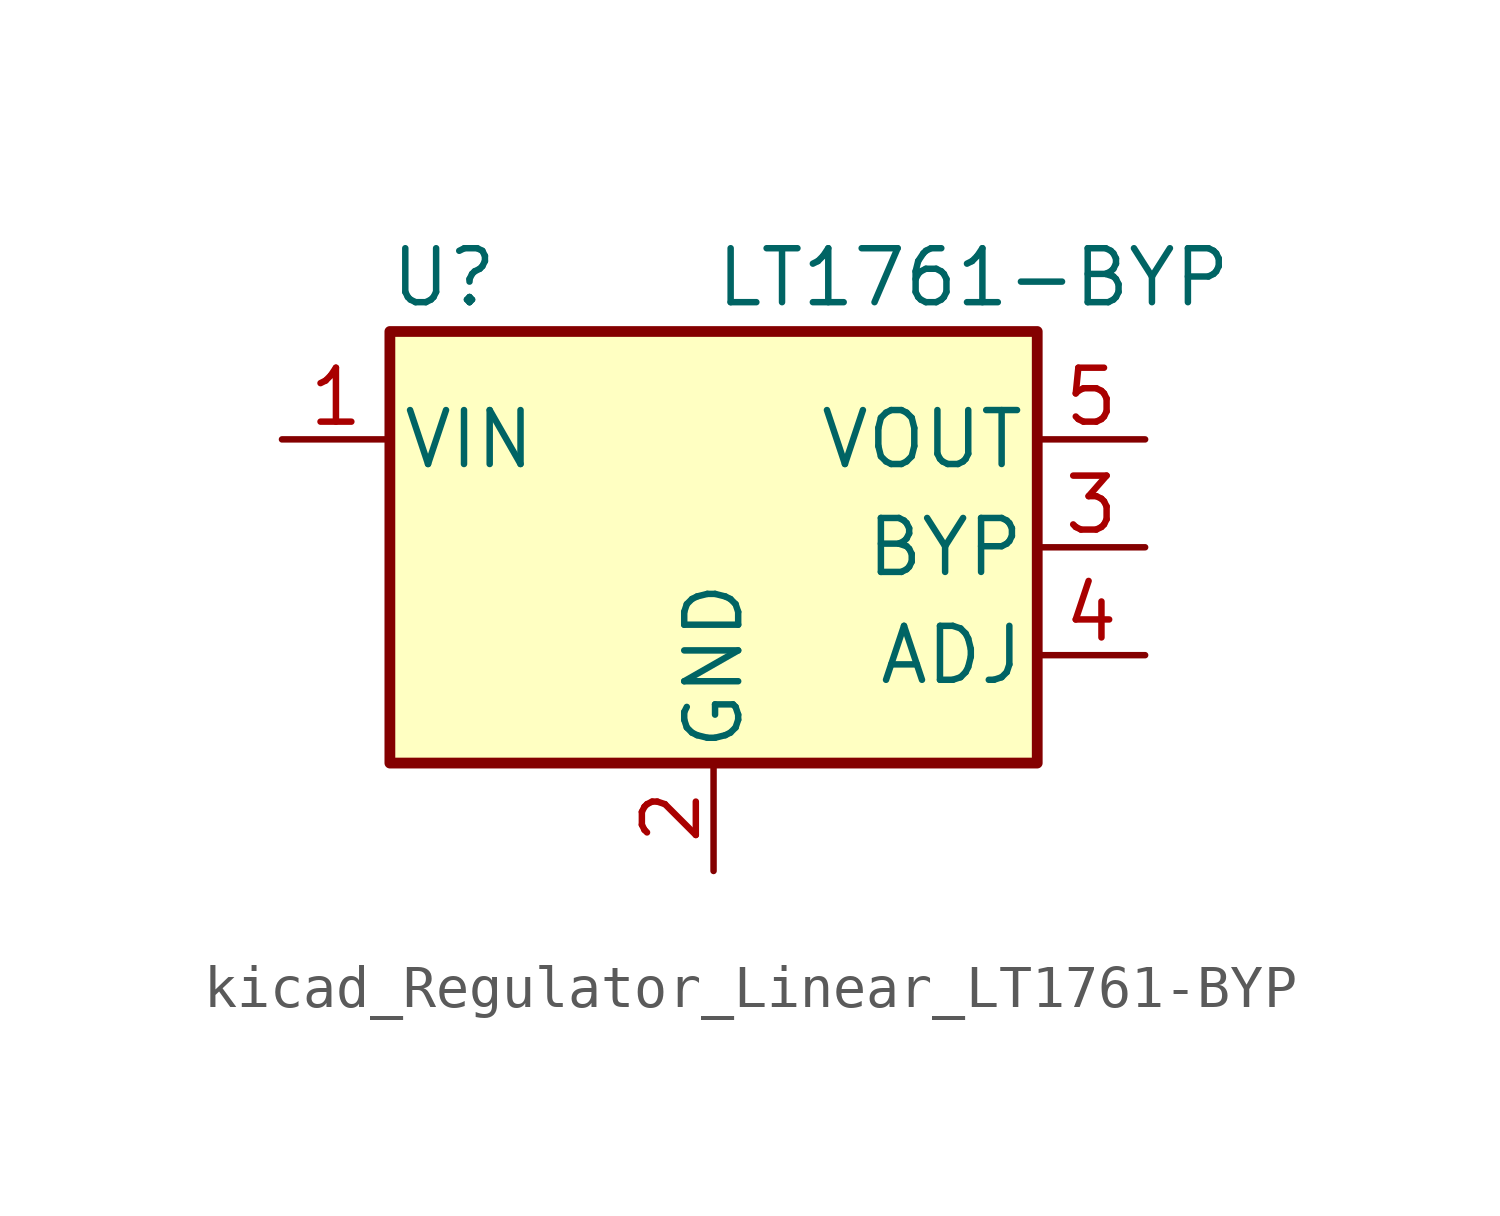
<source format=kicad_sym>
(kicad_symbol_lib
  (version 20220914)
  (generator kicad_symbol_editor)
  (symbol "kicad_Regulator_Linear_LT1761-BYP"
    (pin_names
      (offset 0.254))
    (property "Reference" "U"
      (at -6.35 6.35 0)
      (effects (font (size 1.27 1.27))))
    (property "Value" "LT1761-BYP"
      (at 0 6.35 0)
      (effects (font (size 1.27 1.27)) (justify left)))
    (symbol "kicad_Regulator_Linear_LT1761-BYP_0_1"
      (rectangle (start -7.62 5.08) (end 7.62 -5.08) (stroke (width 0.254) (type default)) (fill (type background))))
    (symbol "kicad_Regulator_Linear_LT1761-BYP_1_1"
      (pin power_in line (at -10.16 2.54 0) (length 2.54) (name "VIN" (effects (font (size 1.27 1.27)))) (number "1" (effects (font (size 1.27 1.27)))))
      (pin power_in line (at 0 -7.62 90) (length 2.54) (name "GND" (effects (font (size 1.27 1.27)))) (number "2" (effects (font (size 1.27 1.27)))))
      (pin passive line (at 10.16 0 180) (length 2.54) (name "BYP" (effects (font (size 1.27 1.27)))) (number "3" (effects (font (size 1.27 1.27)))))
      (pin input line (at 10.16 -2.54 180) (length 2.54) (name "ADJ" (effects (font (size 1.27 1.27)))) (number "4" (effects (font (size 1.27 1.27)))))
      (pin power_out line (at 10.16 2.54 180) (length 2.54) (name "VOUT" (effects (font (size 1.27 1.27)))) (number "5" (effects (font (size 1.27 1.27))))))))
</source>
